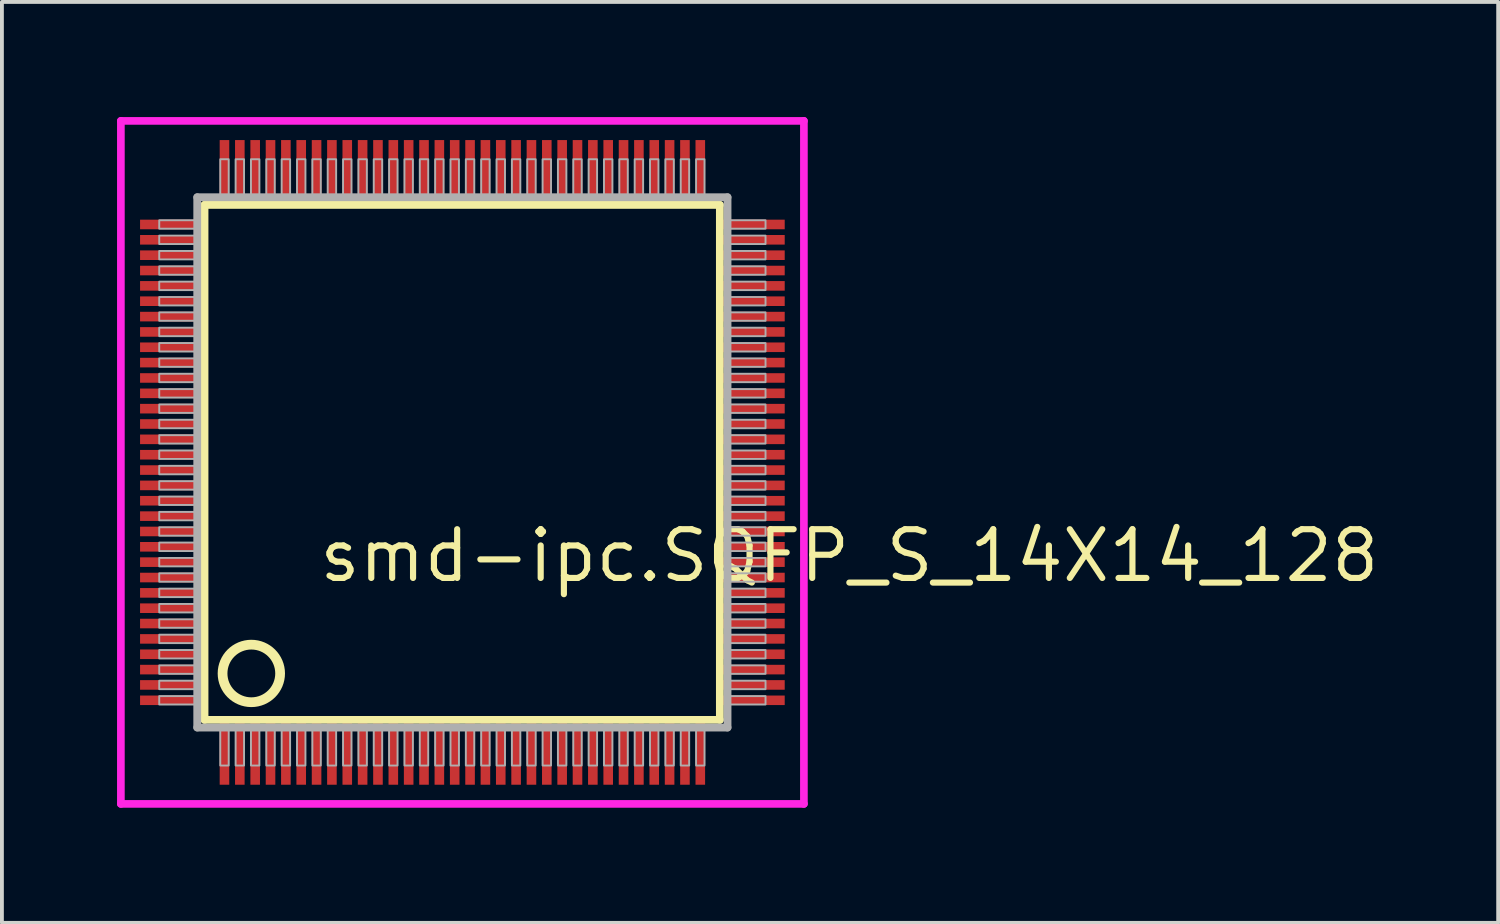
<source format=kicad_pcb>
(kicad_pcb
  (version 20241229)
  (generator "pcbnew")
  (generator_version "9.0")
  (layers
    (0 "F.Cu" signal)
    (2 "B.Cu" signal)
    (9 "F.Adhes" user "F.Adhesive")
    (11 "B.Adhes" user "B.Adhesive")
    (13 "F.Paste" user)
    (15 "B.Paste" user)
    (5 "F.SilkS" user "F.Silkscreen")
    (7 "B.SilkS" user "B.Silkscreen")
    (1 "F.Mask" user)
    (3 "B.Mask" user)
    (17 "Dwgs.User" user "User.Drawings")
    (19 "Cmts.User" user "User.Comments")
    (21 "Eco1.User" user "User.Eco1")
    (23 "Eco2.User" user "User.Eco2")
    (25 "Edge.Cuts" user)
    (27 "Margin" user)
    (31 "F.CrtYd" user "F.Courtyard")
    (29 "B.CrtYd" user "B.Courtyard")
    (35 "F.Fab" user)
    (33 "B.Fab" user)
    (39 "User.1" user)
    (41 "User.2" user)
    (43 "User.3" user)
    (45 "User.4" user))
  (footprint "smd-ipc.SQFP_S_14X14_128"
    (layer "F.Cu")
    (at 9 9)
    (property "Reference" "smd-ipc.SQFP_S_14X14_128" (at -3.81 3.175 0) (layer "F.SilkS") (effects (font (size 1.27 1.27) (thickness 0.16)) (justify left bottom)))
    (attr smd)
    (fp_line (start -6.72 -6.71) (end 6.71 -6.71) (stroke (width 0.203) (type default)) (layer "F.SilkS"))
    (fp_line (start -6.72 6.71) (end -6.72 -6.71) (stroke (width 0.203) (type default)) (layer "F.SilkS"))
    (fp_line (start 6.71 -6.71) (end 6.71 6.71) (stroke (width 0.203) (type default)) (layer "F.SilkS"))
    (fp_line (start 6.71 6.71) (end -6.72 6.71) (stroke (width 0.203) (type default)) (layer "F.SilkS"))
    (fp_circle (center -5.5 5.5) (end -4.75 5.5) (stroke (width 0.254) (type default)) (fill no) (layer "F.SilkS"))
    (fp_line (start -8.9 -8.9) (end 8.9 -8.9) (stroke (width 0.2) (type default)) (layer "F.CrtYd"))
    (fp_line (start -8.9 8.9) (end -8.9 -8.9) (stroke (width 0.2) (type default)) (layer "F.CrtYd"))
    (fp_line (start 8.9 -8.9) (end 8.9 8.9) (stroke (width 0.2) (type default)) (layer "F.CrtYd"))
    (fp_line (start 8.9 8.9) (end -8.9 8.9) (stroke (width 0.2) (type default)) (layer "F.CrtYd"))
    (fp_line (start -6.91 -6.91) (end -6.91 6.91) (stroke (width 0.203) (type default)) (layer "F.Fab"))
    (fp_line (start -6.91 6.91) (end 6.91 6.91) (stroke (width 0.203) (type default)) (layer "F.Fab"))
    (fp_line (start 6.91 -6.91) (end -6.91 -6.91) (stroke (width 0.203) (type default)) (layer "F.Fab"))
    (fp_line (start 6.91 6.91) (end 6.91 -6.91) (stroke (width 0.203) (type default)) (layer "F.Fab"))
    (fp_rect (start -7.9 -6.09) (end -6.95 -6.31) (stroke (width 0.05) (type default)) (fill no) (layer "F.Fab"))
    (fp_rect (start -7.9 -5.69) (end -6.95 -5.91) (stroke (width 0.05) (type default)) (fill no) (layer "F.Fab"))
    (fp_rect (start -7.9 -5.29) (end -6.95 -5.51) (stroke (width 0.05) (type default)) (fill no) (layer "F.Fab"))
    (fp_rect (start -7.9 -4.89) (end -6.95 -5.11) (stroke (width 0.05) (type default)) (fill no) (layer "F.Fab"))
    (fp_rect (start -7.9 -4.49) (end -6.95 -4.71) (stroke (width 0.05) (type default)) (fill no) (layer "F.Fab"))
    (fp_rect (start -7.9 -4.09) (end -6.95 -4.31) (stroke (width 0.05) (type default)) (fill no) (layer "F.Fab"))
    (fp_rect (start -7.9 -3.69) (end -6.95 -3.91) (stroke (width 0.05) (type default)) (fill no) (layer "F.Fab"))
    (fp_rect (start -7.9 -3.29) (end -6.95 -3.51) (stroke (width 0.05) (type default)) (fill no) (layer "F.Fab"))
    (fp_rect (start -7.9 -2.89) (end -6.95 -3.11) (stroke (width 0.05) (type default)) (fill no) (layer "F.Fab"))
    (fp_rect (start -7.9 -2.49) (end -6.95 -2.71) (stroke (width 0.05) (type default)) (fill no) (layer "F.Fab"))
    (fp_rect (start -7.9 -2.09) (end -6.95 -2.31) (stroke (width 0.05) (type default)) (fill no) (layer "F.Fab"))
    (fp_rect (start -7.9 -1.69) (end -6.95 -1.91) (stroke (width 0.05) (type default)) (fill no) (layer "F.Fab"))
    (fp_rect (start -7.9 -1.29) (end -6.95 -1.51) (stroke (width 0.05) (type default)) (fill no) (layer "F.Fab"))
    (fp_rect (start -7.9 -0.89) (end -6.95 -1.11) (stroke (width 0.05) (type default)) (fill no) (layer "F.Fab"))
    (fp_rect (start -7.9 -0.49) (end -6.95 -0.71) (stroke (width 0.05) (type default)) (fill no) (layer "F.Fab"))
    (fp_rect (start -7.9 -0.09) (end -6.95 -0.31) (stroke (width 0.05) (type default)) (fill no) (layer "F.Fab"))
    (fp_rect (start -7.9 0.31) (end -6.95 0.09) (stroke (width 0.05) (type default)) (fill no) (layer "F.Fab"))
    (fp_rect (start -7.9 0.71) (end -6.95 0.49) (stroke (width 0.05) (type default)) (fill no) (layer "F.Fab"))
    (fp_rect (start -7.9 1.11) (end -6.95 0.89) (stroke (width 0.05) (type default)) (fill no) (layer "F.Fab"))
    (fp_rect (start -7.9 1.51) (end -6.95 1.29) (stroke (width 0.05) (type default)) (fill no) (layer "F.Fab"))
    (fp_rect (start -7.9 1.91) (end -6.95 1.69) (stroke (width 0.05) (type default)) (fill no) (layer "F.Fab"))
    (fp_rect (start -7.9 2.31) (end -6.95 2.09) (stroke (width 0.05) (type default)) (fill no) (layer "F.Fab"))
    (fp_rect (start -7.9 2.71) (end -6.95 2.49) (stroke (width 0.05) (type default)) (fill no) (layer "F.Fab"))
    (fp_rect (start -7.9 3.11) (end -6.95 2.89) (stroke (width 0.05) (type default)) (fill no) (layer "F.Fab"))
    (fp_rect (start -7.9 3.51) (end -6.95 3.29) (stroke (width 0.05) (type default)) (fill no) (layer "F.Fab"))
    (fp_rect (start -7.9 3.91) (end -6.95 3.69) (stroke (width 0.05) (type default)) (fill no) (layer "F.Fab"))
    (fp_rect (start -7.9 4.31) (end -6.95 4.09) (stroke (width 0.05) (type default)) (fill no) (layer "F.Fab"))
    (fp_rect (start -7.9 4.71) (end -6.95 4.49) (stroke (width 0.05) (type default)) (fill no) (layer "F.Fab"))
    (fp_rect (start -7.9 5.11) (end -6.95 4.89) (stroke (width 0.05) (type default)) (fill no) (layer "F.Fab"))
    (fp_rect (start -7.9 5.51) (end -6.95 5.29) (stroke (width 0.05) (type default)) (fill no) (layer "F.Fab"))
    (fp_rect (start -7.9 5.91) (end -6.95 5.69) (stroke (width 0.05) (type default)) (fill no) (layer "F.Fab"))
    (fp_rect (start -7.9 6.31) (end -6.95 6.09) (stroke (width 0.05) (type default)) (fill no) (layer "F.Fab"))
    (fp_rect (start -6.31 -6.95) (end -6.09 -7.9) (stroke (width 0.05) (type default)) (fill no) (layer "F.Fab"))
    (fp_rect (start -6.31 7.9) (end -6.09 6.95) (stroke (width 0.05) (type default)) (fill no) (layer "F.Fab"))
    (fp_rect (start -5.91 -6.95) (end -5.69 -7.9) (stroke (width 0.05) (type default)) (fill no) (layer "F.Fab"))
    (fp_rect (start -5.91 7.9) (end -5.69 6.95) (stroke (width 0.05) (type default)) (fill no) (layer "F.Fab"))
    (fp_rect (start -5.51 -6.95) (end -5.29 -7.9) (stroke (width 0.05) (type default)) (fill no) (layer "F.Fab"))
    (fp_rect (start -5.51 7.9) (end -5.29 6.95) (stroke (width 0.05) (type default)) (fill no) (layer "F.Fab"))
    (fp_rect (start -5.11 -6.95) (end -4.89 -7.9) (stroke (width 0.05) (type default)) (fill no) (layer "F.Fab"))
    (fp_rect (start -5.11 7.9) (end -4.89 6.95) (stroke (width 0.05) (type default)) (fill no) (layer "F.Fab"))
    (fp_rect (start -4.71 -6.95) (end -4.49 -7.9) (stroke (width 0.05) (type default)) (fill no) (layer "F.Fab"))
    (fp_rect (start -4.71 7.9) (end -4.49 6.95) (stroke (width 0.05) (type default)) (fill no) (layer "F.Fab"))
    (fp_rect (start -4.31 -6.95) (end -4.09 -7.9) (stroke (width 0.05) (type default)) (fill no) (layer "F.Fab"))
    (fp_rect (start -4.31 7.9) (end -4.09 6.95) (stroke (width 0.05) (type default)) (fill no) (layer "F.Fab"))
    (fp_rect (start -3.91 -6.95) (end -3.69 -7.9) (stroke (width 0.05) (type default)) (fill no) (layer "F.Fab"))
    (fp_rect (start -3.91 7.9) (end -3.69 6.95) (stroke (width 0.05) (type default)) (fill no) (layer "F.Fab"))
    (fp_rect (start -3.51 -6.95) (end -3.29 -7.9) (stroke (width 0.05) (type default)) (fill no) (layer "F.Fab"))
    (fp_rect (start -3.51 7.9) (end -3.29 6.95) (stroke (width 0.05) (type default)) (fill no) (layer "F.Fab"))
    (fp_rect (start -3.11 -6.95) (end -2.89 -7.9) (stroke (width 0.05) (type default)) (fill no) (layer "F.Fab"))
    (fp_rect (start -3.11 7.9) (end -2.89 6.95) (stroke (width 0.05) (type default)) (fill no) (layer "F.Fab"))
    (fp_rect (start -2.71 -6.95) (end -2.49 -7.9) (stroke (width 0.05) (type default)) (fill no) (layer "F.Fab"))
    (fp_rect (start -2.71 7.9) (end -2.49 6.95) (stroke (width 0.05) (type default)) (fill no) (layer "F.Fab"))
    (fp_rect (start -2.31 -6.95) (end -2.09 -7.9) (stroke (width 0.05) (type default)) (fill no) (layer "F.Fab"))
    (fp_rect (start -2.31 7.9) (end -2.09 6.95) (stroke (width 0.05) (type default)) (fill no) (layer "F.Fab"))
    (fp_rect (start -1.91 -6.95) (end -1.69 -7.9) (stroke (width 0.05) (type default)) (fill no) (layer "F.Fab"))
    (fp_rect (start -1.91 7.9) (end -1.69 6.95) (stroke (width 0.05) (type default)) (fill no) (layer "F.Fab"))
    (fp_rect (start -1.51 -6.95) (end -1.29 -7.9) (stroke (width 0.05) (type default)) (fill no) (layer "F.Fab"))
    (fp_rect (start -1.51 7.9) (end -1.29 6.95) (stroke (width 0.05) (type default)) (fill no) (layer "F.Fab"))
    (fp_rect (start -1.11 -6.95) (end -0.89 -7.9) (stroke (width 0.05) (type default)) (fill no) (layer "F.Fab"))
    (fp_rect (start -1.11 7.9) (end -0.89 6.95) (stroke (width 0.05) (type default)) (fill no) (layer "F.Fab"))
    (fp_rect (start -0.71 -6.95) (end -0.49 -7.9) (stroke (width 0.05) (type default)) (fill no) (layer "F.Fab"))
    (fp_rect (start -0.71 7.9) (end -0.49 6.95) (stroke (width 0.05) (type default)) (fill no) (layer "F.Fab"))
    (fp_rect (start -0.31 -6.95) (end -0.09 -7.9) (stroke (width 0.05) (type default)) (fill no) (layer "F.Fab"))
    (fp_rect (start -0.31 7.9) (end -0.09 6.95) (stroke (width 0.05) (type default)) (fill no) (layer "F.Fab"))
    (fp_rect (start 0.09 -6.95) (end 0.31 -7.9) (stroke (width 0.05) (type default)) (fill no) (layer "F.Fab"))
    (fp_rect (start 0.09 7.9) (end 0.31 6.95) (stroke (width 0.05) (type default)) (fill no) (layer "F.Fab"))
    (fp_rect (start 0.49 -6.95) (end 0.71 -7.9) (stroke (width 0.05) (type default)) (fill no) (layer "F.Fab"))
    (fp_rect (start 0.49 7.9) (end 0.71 6.95) (stroke (width 0.05) (type default)) (fill no) (layer "F.Fab"))
    (fp_rect (start 0.89 -6.95) (end 1.11 -7.9) (stroke (width 0.05) (type default)) (fill no) (layer "F.Fab"))
    (fp_rect (start 0.89 7.9) (end 1.11 6.95) (stroke (width 0.05) (type default)) (fill no) (layer "F.Fab"))
    (fp_rect (start 1.29 -6.95) (end 1.51 -7.9) (stroke (width 0.05) (type default)) (fill no) (layer "F.Fab"))
    (fp_rect (start 1.29 7.9) (end 1.51 6.95) (stroke (width 0.05) (type default)) (fill no) (layer "F.Fab"))
    (fp_rect (start 1.69 -6.95) (end 1.91 -7.9) (stroke (width 0.05) (type default)) (fill no) (layer "F.Fab"))
    (fp_rect (start 1.69 7.9) (end 1.91 6.95) (stroke (width 0.05) (type default)) (fill no) (layer "F.Fab"))
    (fp_rect (start 2.09 -6.95) (end 2.31 -7.9) (stroke (width 0.05) (type default)) (fill no) (layer "F.Fab"))
    (fp_rect (start 2.09 7.9) (end 2.31 6.95) (stroke (width 0.05) (type default)) (fill no) (layer "F.Fab"))
    (fp_rect (start 2.49 -6.95) (end 2.71 -7.9) (stroke (width 0.05) (type default)) (fill no) (layer "F.Fab"))
    (fp_rect (start 2.49 7.9) (end 2.71 6.95) (stroke (width 0.05) (type default)) (fill no) (layer "F.Fab"))
    (fp_rect (start 2.89 -6.95) (end 3.11 -7.9) (stroke (width 0.05) (type default)) (fill no) (layer "F.Fab"))
    (fp_rect (start 2.89 7.9) (end 3.11 6.95) (stroke (width 0.05) (type default)) (fill no) (layer "F.Fab"))
    (fp_rect (start 3.29 -6.95) (end 3.51 -7.9) (stroke (width 0.05) (type default)) (fill no) (layer "F.Fab"))
    (fp_rect (start 3.29 7.9) (end 3.51 6.95) (stroke (width 0.05) (type default)) (fill no) (layer "F.Fab"))
    (fp_rect (start 3.69 -6.95) (end 3.91 -7.9) (stroke (width 0.05) (type default)) (fill no) (layer "F.Fab"))
    (fp_rect (start 3.69 7.9) (end 3.91 6.95) (stroke (width 0.05) (type default)) (fill no) (layer "F.Fab"))
    (fp_rect (start 4.09 -6.95) (end 4.31 -7.9) (stroke (width 0.05) (type default)) (fill no) (layer "F.Fab"))
    (fp_rect (start 4.09 7.9) (end 4.31 6.95) (stroke (width 0.05) (type default)) (fill no) (layer "F.Fab"))
    (fp_rect (start 4.49 -6.95) (end 4.71 -7.9) (stroke (width 0.05) (type default)) (fill no) (layer "F.Fab"))
    (fp_rect (start 4.49 7.9) (end 4.71 6.95) (stroke (width 0.05) (type default)) (fill no) (layer "F.Fab"))
    (fp_rect (start 4.89 -6.95) (end 5.11 -7.9) (stroke (width 0.05) (type default)) (fill no) (layer "F.Fab"))
    (fp_rect (start 4.89 7.9) (end 5.11 6.95) (stroke (width 0.05) (type default)) (fill no) (layer "F.Fab"))
    (fp_rect (start 5.29 -6.95) (end 5.51 -7.9) (stroke (width 0.05) (type default)) (fill no) (layer "F.Fab"))
    (fp_rect (start 5.29 7.9) (end 5.51 6.95) (stroke (width 0.05) (type default)) (fill no) (layer "F.Fab"))
    (fp_rect (start 5.69 -6.95) (end 5.91 -7.9) (stroke (width 0.05) (type default)) (fill no) (layer "F.Fab"))
    (fp_rect (start 5.69 7.9) (end 5.91 6.95) (stroke (width 0.05) (type default)) (fill no) (layer "F.Fab"))
    (fp_rect (start 6.09 -6.95) (end 6.31 -7.9) (stroke (width 0.05) (type default)) (fill no) (layer "F.Fab"))
    (fp_rect (start 6.09 7.9) (end 6.31 6.95) (stroke (width 0.05) (type default)) (fill no) (layer "F.Fab"))
    (fp_rect (start 6.95 -6.09) (end 7.9 -6.31) (stroke (width 0.05) (type default)) (fill no) (layer "F.Fab"))
    (fp_rect (start 6.95 -5.69) (end 7.9 -5.91) (stroke (width 0.05) (type default)) (fill no) (layer "F.Fab"))
    (fp_rect (start 6.95 -5.29) (end 7.9 -5.51) (stroke (width 0.05) (type default)) (fill no) (layer "F.Fab"))
    (fp_rect (start 6.95 -4.89) (end 7.9 -5.11) (stroke (width 0.05) (type default)) (fill no) (layer "F.Fab"))
    (fp_rect (start 6.95 -4.49) (end 7.9 -4.71) (stroke (width 0.05) (type default)) (fill no) (layer "F.Fab"))
    (fp_rect (start 6.95 -4.09) (end 7.9 -4.31) (stroke (width 0.05) (type default)) (fill no) (layer "F.Fab"))
    (fp_rect (start 6.95 -3.69) (end 7.9 -3.91) (stroke (width 0.05) (type default)) (fill no) (layer "F.Fab"))
    (fp_rect (start 6.95 -3.29) (end 7.9 -3.51) (stroke (width 0.05) (type default)) (fill no) (layer "F.Fab"))
    (fp_rect (start 6.95 -2.89) (end 7.9 -3.11) (stroke (width 0.05) (type default)) (fill no) (layer "F.Fab"))
    (fp_rect (start 6.95 -2.49) (end 7.9 -2.71) (stroke (width 0.05) (type default)) (fill no) (layer "F.Fab"))
    (fp_rect (start 6.95 -2.09) (end 7.9 -2.31) (stroke (width 0.05) (type default)) (fill no) (layer "F.Fab"))
    (fp_rect (start 6.95 -1.69) (end 7.9 -1.91) (stroke (width 0.05) (type default)) (fill no) (layer "F.Fab"))
    (fp_rect (start 6.95 -1.29) (end 7.9 -1.51) (stroke (width 0.05) (type default)) (fill no) (layer "F.Fab"))
    (fp_rect (start 6.95 -0.89) (end 7.9 -1.11) (stroke (width 0.05) (type default)) (fill no) (layer "F.Fab"))
    (fp_rect (start 6.95 -0.49) (end 7.9 -0.71) (stroke (width 0.05) (type default)) (fill no) (layer "F.Fab"))
    (fp_rect (start 6.95 -0.09) (end 7.9 -0.31) (stroke (width 0.05) (type default)) (fill no) (layer "F.Fab"))
    (fp_rect (start 6.95 0.31) (end 7.9 0.09) (stroke (width 0.05) (type default)) (fill no) (layer "F.Fab"))
    (fp_rect (start 6.95 0.71) (end 7.9 0.49) (stroke (width 0.05) (type default)) (fill no) (layer "F.Fab"))
    (fp_rect (start 6.95 1.11) (end 7.9 0.89) (stroke (width 0.05) (type default)) (fill no) (layer "F.Fab"))
    (fp_rect (start 6.95 1.51) (end 7.9 1.29) (stroke (width 0.05) (type default)) (fill no) (layer "F.Fab"))
    (fp_rect (start 6.95 1.91) (end 7.9 1.69) (stroke (width 0.05) (type default)) (fill no) (layer "F.Fab"))
    (fp_rect (start 6.95 2.31) (end 7.9 2.09) (stroke (width 0.05) (type default)) (fill no) (layer "F.Fab"))
    (fp_rect (start 6.95 2.71) (end 7.9 2.49) (stroke (width 0.05) (type default)) (fill no) (layer "F.Fab"))
    (fp_rect (start 6.95 3.11) (end 7.9 2.89) (stroke (width 0.05) (type default)) (fill no) (layer "F.Fab"))
    (fp_rect (start 6.95 3.51) (end 7.9 3.29) (stroke (width 0.05) (type default)) (fill no) (layer "F.Fab"))
    (fp_rect (start 6.95 3.91) (end 7.9 3.69) (stroke (width 0.05) (type default)) (fill no) (layer "F.Fab"))
    (fp_rect (start 6.95 4.31) (end 7.9 4.09) (stroke (width 0.05) (type default)) (fill no) (layer "F.Fab"))
    (fp_rect (start 6.95 4.71) (end 7.9 4.49) (stroke (width 0.05) (type default)) (fill no) (layer "F.Fab"))
    (fp_rect (start 6.95 5.11) (end 7.9 4.89) (stroke (width 0.05) (type default)) (fill no) (layer "F.Fab"))
    (fp_rect (start 6.95 5.51) (end 7.9 5.29) (stroke (width 0.05) (type default)) (fill no) (layer "F.Fab"))
    (fp_rect (start 6.95 5.91) (end 7.9 5.69) (stroke (width 0.05) (type default)) (fill no) (layer "F.Fab"))
    (fp_rect (start 6.95 6.31) (end 7.9 6.09) (stroke (width 0.05) (type default)) (fill no) (layer "F.Fab"))
    (pad "1" smd roundrect (at -6.2 7.6) (size 0.25 1.6) (layers "F.Cu" "F.Mask" "F.Paste") (roundrect_rratio 0.01))
    (pad "2" smd roundrect (at -5.8 7.6) (size 0.25 1.6) (layers "F.Cu" "F.Mask" "F.Paste") (roundrect_rratio 0.01))
    (pad "3" smd roundrect (at -5.4 7.6) (size 0.25 1.6) (layers "F.Cu" "F.Mask" "F.Paste") (roundrect_rratio 0.01))
    (pad "4" smd roundrect (at -5 7.6) (size 0.25 1.6) (layers "F.Cu" "F.Mask" "F.Paste") (roundrect_rratio 0.01))
    (pad "5" smd roundrect (at -4.6 7.6) (size 0.25 1.6) (layers "F.Cu" "F.Mask" "F.Paste") (roundrect_rratio 0.01))
    (pad "6" smd roundrect (at -4.2 7.6) (size 0.25 1.6) (layers "F.Cu" "F.Mask" "F.Paste") (roundrect_rratio 0.01))
    (pad "7" smd roundrect (at -3.8 7.6) (size 0.25 1.6) (layers "F.Cu" "F.Mask" "F.Paste") (roundrect_rratio 0.01))
    (pad "8" smd roundrect (at -3.4 7.6) (size 0.25 1.6) (layers "F.Cu" "F.Mask" "F.Paste") (roundrect_rratio 0.01))
    (pad "9" smd roundrect (at -3 7.6) (size 0.25 1.6) (layers "F.Cu" "F.Mask" "F.Paste") (roundrect_rratio 0.01))
    (pad "10" smd roundrect (at -2.6 7.6) (size 0.25 1.6) (layers "F.Cu" "F.Mask" "F.Paste") (roundrect_rratio 0.01))
    (pad "11" smd roundrect (at -2.2 7.6) (size 0.25 1.6) (layers "F.Cu" "F.Mask" "F.Paste") (roundrect_rratio 0.01))
    (pad "12" smd roundrect (at -1.8 7.6) (size 0.25 1.6) (layers "F.Cu" "F.Mask" "F.Paste") (roundrect_rratio 0.01))
    (pad "13" smd roundrect (at -1.4 7.6) (size 0.25 1.6) (layers "F.Cu" "F.Mask" "F.Paste") (roundrect_rratio 0.01))
    (pad "14" smd roundrect (at -1 7.6) (size 0.25 1.6) (layers "F.Cu" "F.Mask" "F.Paste") (roundrect_rratio 0.01))
    (pad "15" smd roundrect (at -0.6 7.6) (size 0.25 1.6) (layers "F.Cu" "F.Mask" "F.Paste") (roundrect_rratio 0.01))
    (pad "16" smd roundrect (at -0.2 7.6) (size 0.25 1.6) (layers "F.Cu" "F.Mask" "F.Paste") (roundrect_rratio 0.01))
    (pad "17" smd roundrect (at 0.2 7.6) (size 0.25 1.6) (layers "F.Cu" "F.Mask" "F.Paste") (roundrect_rratio 0.01))
    (pad "18" smd roundrect (at 0.6 7.6) (size 0.25 1.6) (layers "F.Cu" "F.Mask" "F.Paste") (roundrect_rratio 0.01))
    (pad "19" smd roundrect (at 1 7.6) (size 0.25 1.6) (layers "F.Cu" "F.Mask" "F.Paste") (roundrect_rratio 0.01))
    (pad "20" smd roundrect (at 1.4 7.6) (size 0.25 1.6) (layers "F.Cu" "F.Mask" "F.Paste") (roundrect_rratio 0.01))
    (pad "21" smd roundrect (at 1.8 7.6) (size 0.25 1.6) (layers "F.Cu" "F.Mask" "F.Paste") (roundrect_rratio 0.01))
    (pad "22" smd roundrect (at 2.2 7.6) (size 0.25 1.6) (layers "F.Cu" "F.Mask" "F.Paste") (roundrect_rratio 0.01))
    (pad "23" smd roundrect (at 2.6 7.6) (size 0.25 1.6) (layers "F.Cu" "F.Mask" "F.Paste") (roundrect_rratio 0.01))
    (pad "24" smd roundrect (at 3 7.6) (size 0.25 1.6) (layers "F.Cu" "F.Mask" "F.Paste") (roundrect_rratio 0.01))
    (pad "25" smd roundrect (at 3.4 7.6) (size 0.25 1.6) (layers "F.Cu" "F.Mask" "F.Paste") (roundrect_rratio 0.01))
    (pad "26" smd roundrect (at 3.8 7.6) (size 0.25 1.6) (layers "F.Cu" "F.Mask" "F.Paste") (roundrect_rratio 0.01))
    (pad "27" smd roundrect (at 4.2 7.6) (size 0.25 1.6) (layers "F.Cu" "F.Mask" "F.Paste") (roundrect_rratio 0.01))
    (pad "28" smd roundrect (at 4.6 7.6) (size 0.25 1.6) (layers "F.Cu" "F.Mask" "F.Paste") (roundrect_rratio 0.01))
    (pad "29" smd roundrect (at 5 7.6) (size 0.25 1.6) (layers "F.Cu" "F.Mask" "F.Paste") (roundrect_rratio 0.01))
    (pad "30" smd roundrect (at 5.4 7.6) (size 0.25 1.6) (layers "F.Cu" "F.Mask" "F.Paste") (roundrect_rratio 0.01))
    (pad "31" smd roundrect (at 5.8 7.6) (size 0.25 1.6) (layers "F.Cu" "F.Mask" "F.Paste") (roundrect_rratio 0.01))
    (pad "32" smd roundrect (at 6.2 7.6) (size 0.25 1.6) (layers "F.Cu" "F.Mask" "F.Paste") (roundrect_rratio 0.01))
    (pad "33" smd roundrect (at 7.6 6.2) (size 1.6 0.25) (layers "F.Cu" "F.Mask" "F.Paste") (roundrect_rratio 0.01))
    (pad "34" smd roundrect (at 7.6 5.8) (size 1.6 0.25) (layers "F.Cu" "F.Mask" "F.Paste") (roundrect_rratio 0.01))
    (pad "35" smd roundrect (at 7.6 5.4) (size 1.6 0.25) (layers "F.Cu" "F.Mask" "F.Paste") (roundrect_rratio 0.01))
    (pad "36" smd roundrect (at 7.6 5) (size 1.6 0.25) (layers "F.Cu" "F.Mask" "F.Paste") (roundrect_rratio 0.01))
    (pad "37" smd roundrect (at 7.6 4.6) (size 1.6 0.25) (layers "F.Cu" "F.Mask" "F.Paste") (roundrect_rratio 0.01))
    (pad "38" smd roundrect (at 7.6 4.2) (size 1.6 0.25) (layers "F.Cu" "F.Mask" "F.Paste") (roundrect_rratio 0.01))
    (pad "39" smd roundrect (at 7.6 3.8) (size 1.6 0.25) (layers "F.Cu" "F.Mask" "F.Paste") (roundrect_rratio 0.01))
    (pad "40" smd roundrect (at 7.6 3.4) (size 1.6 0.25) (layers "F.Cu" "F.Mask" "F.Paste") (roundrect_rratio 0.01))
    (pad "41" smd roundrect (at 7.6 3) (size 1.6 0.25) (layers "F.Cu" "F.Mask" "F.Paste") (roundrect_rratio 0.01))
    (pad "42" smd roundrect (at 7.6 2.6) (size 1.6 0.25) (layers "F.Cu" "F.Mask" "F.Paste") (roundrect_rratio 0.01))
    (pad "43" smd roundrect (at 7.6 2.2) (size 1.6 0.25) (layers "F.Cu" "F.Mask" "F.Paste") (roundrect_rratio 0.01))
    (pad "44" smd roundrect (at 7.6 1.8) (size 1.6 0.25) (layers "F.Cu" "F.Mask" "F.Paste") (roundrect_rratio 0.01))
    (pad "45" smd roundrect (at 7.6 1.4) (size 1.6 0.25) (layers "F.Cu" "F.Mask" "F.Paste") (roundrect_rratio 0.01))
    (pad "46" smd roundrect (at 7.6 1) (size 1.6 0.25) (layers "F.Cu" "F.Mask" "F.Paste") (roundrect_rratio 0.01))
    (pad "47" smd roundrect (at 7.6 0.6) (size 1.6 0.25) (layers "F.Cu" "F.Mask" "F.Paste") (roundrect_rratio 0.01))
    (pad "48" smd roundrect (at 7.6 0.2) (size 1.6 0.25) (layers "F.Cu" "F.Mask" "F.Paste") (roundrect_rratio 0.01))
    (pad "49" smd roundrect (at 7.6 -0.2) (size 1.6 0.25) (layers "F.Cu" "F.Mask" "F.Paste") (roundrect_rratio 0.01))
    (pad "50" smd roundrect (at 7.6 -0.6) (size 1.6 0.25) (layers "F.Cu" "F.Mask" "F.Paste") (roundrect_rratio 0.01))
    (pad "51" smd roundrect (at 7.6 -1) (size 1.6 0.25) (layers "F.Cu" "F.Mask" "F.Paste") (roundrect_rratio 0.01))
    (pad "52" smd roundrect (at 7.6 -1.4) (size 1.6 0.25) (layers "F.Cu" "F.Mask" "F.Paste") (roundrect_rratio 0.01))
    (pad "53" smd roundrect (at 7.6 -1.8) (size 1.6 0.25) (layers "F.Cu" "F.Mask" "F.Paste") (roundrect_rratio 0.01))
    (pad "54" smd roundrect (at 7.6 -2.2) (size 1.6 0.25) (layers "F.Cu" "F.Mask" "F.Paste") (roundrect_rratio 0.01))
    (pad "55" smd roundrect (at 7.6 -2.6) (size 1.6 0.25) (layers "F.Cu" "F.Mask" "F.Paste") (roundrect_rratio 0.01))
    (pad "56" smd roundrect (at 7.6 -3) (size 1.6 0.25) (layers "F.Cu" "F.Mask" "F.Paste") (roundrect_rratio 0.01))
    (pad "57" smd roundrect (at 7.6 -3.4) (size 1.6 0.25) (layers "F.Cu" "F.Mask" "F.Paste") (roundrect_rratio 0.01))
    (pad "58" smd roundrect (at 7.6 -3.8) (size 1.6 0.25) (layers "F.Cu" "F.Mask" "F.Paste") (roundrect_rratio 0.01))
    (pad "59" smd roundrect (at 7.6 -4.2) (size 1.6 0.25) (layers "F.Cu" "F.Mask" "F.Paste") (roundrect_rratio 0.01))
    (pad "60" smd roundrect (at 7.6 -4.6) (size 1.6 0.25) (layers "F.Cu" "F.Mask" "F.Paste") (roundrect_rratio 0.01))
    (pad "61" smd roundrect (at 7.6 -5) (size 1.6 0.25) (layers "F.Cu" "F.Mask" "F.Paste") (roundrect_rratio 0.01))
    (pad "62" smd roundrect (at 7.6 -5.4) (size 1.6 0.25) (layers "F.Cu" "F.Mask" "F.Paste") (roundrect_rratio 0.01))
    (pad "63" smd roundrect (at 7.6 -5.8) (size 1.6 0.25) (layers "F.Cu" "F.Mask" "F.Paste") (roundrect_rratio 0.01))
    (pad "64" smd roundrect (at 7.6 -6.2) (size 1.6 0.25) (layers "F.Cu" "F.Mask" "F.Paste") (roundrect_rratio 0.01))
    (pad "65" smd roundrect (at 6.2 -7.6) (size 0.25 1.6) (layers "F.Cu" "F.Mask" "F.Paste") (roundrect_rratio 0.01))
    (pad "66" smd roundrect (at 5.8 -7.6) (size 0.25 1.6) (layers "F.Cu" "F.Mask" "F.Paste") (roundrect_rratio 0.01))
    (pad "67" smd roundrect (at 5.4 -7.6) (size 0.25 1.6) (layers "F.Cu" "F.Mask" "F.Paste") (roundrect_rratio 0.01))
    (pad "68" smd roundrect (at 5 -7.6) (size 0.25 1.6) (layers "F.Cu" "F.Mask" "F.Paste") (roundrect_rratio 0.01))
    (pad "69" smd roundrect (at 4.6 -7.6) (size 0.25 1.6) (layers "F.Cu" "F.Mask" "F.Paste") (roundrect_rratio 0.01))
    (pad "70" smd roundrect (at 4.2 -7.6) (size 0.25 1.6) (layers "F.Cu" "F.Mask" "F.Paste") (roundrect_rratio 0.01))
    (pad "71" smd roundrect (at 3.8 -7.6) (size 0.25 1.6) (layers "F.Cu" "F.Mask" "F.Paste") (roundrect_rratio 0.01))
    (pad "72" smd roundrect (at 3.4 -7.6) (size 0.25 1.6) (layers "F.Cu" "F.Mask" "F.Paste") (roundrect_rratio 0.01))
    (pad "73" smd roundrect (at 3 -7.6) (size 0.25 1.6) (layers "F.Cu" "F.Mask" "F.Paste") (roundrect_rratio 0.01))
    (pad "74" smd roundrect (at 2.6 -7.6) (size 0.25 1.6) (layers "F.Cu" "F.Mask" "F.Paste") (roundrect_rratio 0.01))
    (pad "75" smd roundrect (at 2.2 -7.6) (size 0.25 1.6) (layers "F.Cu" "F.Mask" "F.Paste") (roundrect_rratio 0.01))
    (pad "76" smd roundrect (at 1.8 -7.6) (size 0.25 1.6) (layers "F.Cu" "F.Mask" "F.Paste") (roundrect_rratio 0.01))
    (pad "77" smd roundrect (at 1.4 -7.6) (size 0.25 1.6) (layers "F.Cu" "F.Mask" "F.Paste") (roundrect_rratio 0.01))
    (pad "78" smd roundrect (at 1 -7.6) (size 0.25 1.6) (layers "F.Cu" "F.Mask" "F.Paste") (roundrect_rratio 0.01))
    (pad "79" smd roundrect (at 0.6 -7.6) (size 0.25 1.6) (layers "F.Cu" "F.Mask" "F.Paste") (roundrect_rratio 0.01))
    (pad "80" smd roundrect (at 0.2 -7.6) (size 0.25 1.6) (layers "F.Cu" "F.Mask" "F.Paste") (roundrect_rratio 0.01))
    (pad "81" smd roundrect (at -0.2 -7.6) (size 0.25 1.6) (layers "F.Cu" "F.Mask" "F.Paste") (roundrect_rratio 0.01))
    (pad "82" smd roundrect (at -0.6 -7.6) (size 0.25 1.6) (layers "F.Cu" "F.Mask" "F.Paste") (roundrect_rratio 0.01))
    (pad "83" smd roundrect (at -1 -7.6) (size 0.25 1.6) (layers "F.Cu" "F.Mask" "F.Paste") (roundrect_rratio 0.01))
    (pad "84" smd roundrect (at -1.4 -7.6) (size 0.25 1.6) (layers "F.Cu" "F.Mask" "F.Paste") (roundrect_rratio 0.01))
    (pad "85" smd roundrect (at -1.8 -7.6) (size 0.25 1.6) (layers "F.Cu" "F.Mask" "F.Paste") (roundrect_rratio 0.01))
    (pad "86" smd roundrect (at -2.2 -7.6) (size 0.25 1.6) (layers "F.Cu" "F.Mask" "F.Paste") (roundrect_rratio 0.01))
    (pad "87" smd roundrect (at -2.6 -7.6) (size 0.25 1.6) (layers "F.Cu" "F.Mask" "F.Paste") (roundrect_rratio 0.01))
    (pad "88" smd roundrect (at -3 -7.6) (size 0.25 1.6) (layers "F.Cu" "F.Mask" "F.Paste") (roundrect_rratio 0.01))
    (pad "89" smd roundrect (at -3.4 -7.6) (size 0.25 1.6) (layers "F.Cu" "F.Mask" "F.Paste") (roundrect_rratio 0.01))
    (pad "90" smd roundrect (at -3.8 -7.6) (size 0.25 1.6) (layers "F.Cu" "F.Mask" "F.Paste") (roundrect_rratio 0.01))
    (pad "91" smd roundrect (at -4.2 -7.6) (size 0.25 1.6) (layers "F.Cu" "F.Mask" "F.Paste") (roundrect_rratio 0.01))
    (pad "92" smd roundrect (at -4.6 -7.6) (size 0.25 1.6) (layers "F.Cu" "F.Mask" "F.Paste") (roundrect_rratio 0.01))
    (pad "93" smd roundrect (at -5 -7.6) (size 0.25 1.6) (layers "F.Cu" "F.Mask" "F.Paste") (roundrect_rratio 0.01))
    (pad "94" smd roundrect (at -5.4 -7.6) (size 0.25 1.6) (layers "F.Cu" "F.Mask" "F.Paste") (roundrect_rratio 0.01))
    (pad "95" smd roundrect (at -5.8 -7.6) (size 0.25 1.6) (layers "F.Cu" "F.Mask" "F.Paste") (roundrect_rratio 0.01))
    (pad "96" smd roundrect (at -6.2 -7.6) (size 0.25 1.6) (layers "F.Cu" "F.Mask" "F.Paste") (roundrect_rratio 0.01))
    (pad "97" smd roundrect (at -7.6 -6.2) (size 1.6 0.25) (layers "F.Cu" "F.Mask" "F.Paste") (roundrect_rratio 0.01))
    (pad "98" smd roundrect (at -7.6 -5.8) (size 1.6 0.25) (layers "F.Cu" "F.Mask" "F.Paste") (roundrect_rratio 0.01))
    (pad "99" smd roundrect (at -7.6 -5.4) (size 1.6 0.25) (layers "F.Cu" "F.Mask" "F.Paste") (roundrect_rratio 0.01))
    (pad "100" smd roundrect (at -7.6 -5) (size 1.6 0.25) (layers "F.Cu" "F.Mask" "F.Paste") (roundrect_rratio 0.01))
    (pad "101" smd roundrect (at -7.6 -4.6) (size 1.6 0.25) (layers "F.Cu" "F.Mask" "F.Paste") (roundrect_rratio 0.01))
    (pad "102" smd roundrect (at -7.6 -4.2) (size 1.6 0.25) (layers "F.Cu" "F.Mask" "F.Paste") (roundrect_rratio 0.01))
    (pad "103" smd roundrect (at -7.6 -3.8) (size 1.6 0.25) (layers "F.Cu" "F.Mask" "F.Paste") (roundrect_rratio 0.01))
    (pad "104" smd roundrect (at -7.6 -3.4) (size 1.6 0.25) (layers "F.Cu" "F.Mask" "F.Paste") (roundrect_rratio 0.01))
    (pad "105" smd roundrect (at -7.6 -3) (size 1.6 0.25) (layers "F.Cu" "F.Mask" "F.Paste") (roundrect_rratio 0.01))
    (pad "106" smd roundrect (at -7.6 -2.6) (size 1.6 0.25) (layers "F.Cu" "F.Mask" "F.Paste") (roundrect_rratio 0.01))
    (pad "107" smd roundrect (at -7.6 -2.2) (size 1.6 0.25) (layers "F.Cu" "F.Mask" "F.Paste") (roundrect_rratio 0.01))
    (pad "108" smd roundrect (at -7.6 -1.8) (size 1.6 0.25) (layers "F.Cu" "F.Mask" "F.Paste") (roundrect_rratio 0.01))
    (pad "109" smd roundrect (at -7.6 -1.4) (size 1.6 0.25) (layers "F.Cu" "F.Mask" "F.Paste") (roundrect_rratio 0.01))
    (pad "110" smd roundrect (at -7.6 -1) (size 1.6 0.25) (layers "F.Cu" "F.Mask" "F.Paste") (roundrect_rratio 0.01))
    (pad "111" smd roundrect (at -7.6 -0.6) (size 1.6 0.25) (layers "F.Cu" "F.Mask" "F.Paste") (roundrect_rratio 0.01))
    (pad "112" smd roundrect (at -7.6 -0.2) (size 1.6 0.25) (layers "F.Cu" "F.Mask" "F.Paste") (roundrect_rratio 0.01))
    (pad "113" smd roundrect (at -7.6 0.2) (size 1.6 0.25) (layers "F.Cu" "F.Mask" "F.Paste") (roundrect_rratio 0.01))
    (pad "114" smd roundrect (at -7.6 0.6) (size 1.6 0.25) (layers "F.Cu" "F.Mask" "F.Paste") (roundrect_rratio 0.01))
    (pad "115" smd roundrect (at -7.6 1) (size 1.6 0.25) (layers "F.Cu" "F.Mask" "F.Paste") (roundrect_rratio 0.01))
    (pad "116" smd roundrect (at -7.6 1.4) (size 1.6 0.25) (layers "F.Cu" "F.Mask" "F.Paste") (roundrect_rratio 0.01))
    (pad "117" smd roundrect (at -7.6 1.8) (size 1.6 0.25) (layers "F.Cu" "F.Mask" "F.Paste") (roundrect_rratio 0.01))
    (pad "118" smd roundrect (at -7.6 2.2) (size 1.6 0.25) (layers "F.Cu" "F.Mask" "F.Paste") (roundrect_rratio 0.01))
    (pad "119" smd roundrect (at -7.6 2.6) (size 1.6 0.25) (layers "F.Cu" "F.Mask" "F.Paste") (roundrect_rratio 0.01))
    (pad "120" smd roundrect (at -7.6 3) (size 1.6 0.25) (layers "F.Cu" "F.Mask" "F.Paste") (roundrect_rratio 0.01))
    (pad "121" smd roundrect (at -7.6 3.4) (size 1.6 0.25) (layers "F.Cu" "F.Mask" "F.Paste") (roundrect_rratio 0.01))
    (pad "122" smd roundrect (at -7.6 3.8) (size 1.6 0.25) (layers "F.Cu" "F.Mask" "F.Paste") (roundrect_rratio 0.01))
    (pad "123" smd roundrect (at -7.6 4.2) (size 1.6 0.25) (layers "F.Cu" "F.Mask" "F.Paste") (roundrect_rratio 0.01))
    (pad "124" smd roundrect (at -7.6 4.6) (size 1.6 0.25) (layers "F.Cu" "F.Mask" "F.Paste") (roundrect_rratio 0.01))
    (pad "125" smd roundrect (at -7.6 5) (size 1.6 0.25) (layers "F.Cu" "F.Mask" "F.Paste") (roundrect_rratio 0.01))
    (pad "126" smd roundrect (at -7.6 5.4) (size 1.6 0.25) (layers "F.Cu" "F.Mask" "F.Paste") (roundrect_rratio 0.01))
    (pad "127" smd roundrect (at -7.6 5.8) (size 1.6 0.25) (layers "F.Cu" "F.Mask" "F.Paste") (roundrect_rratio 0.01))
    (pad "128" smd roundrect (at -7.6 6.2) (size 1.6 0.25) (layers "F.Cu" "F.Mask" "F.Paste") (roundrect_rratio 0.01)))
  (gr_rect
    (start -3 -3)
    (end 35.993 21)
    (stroke (width 0.1) (type default))
    (fill no)
    (layer "Edge.Cuts")))
</source>
